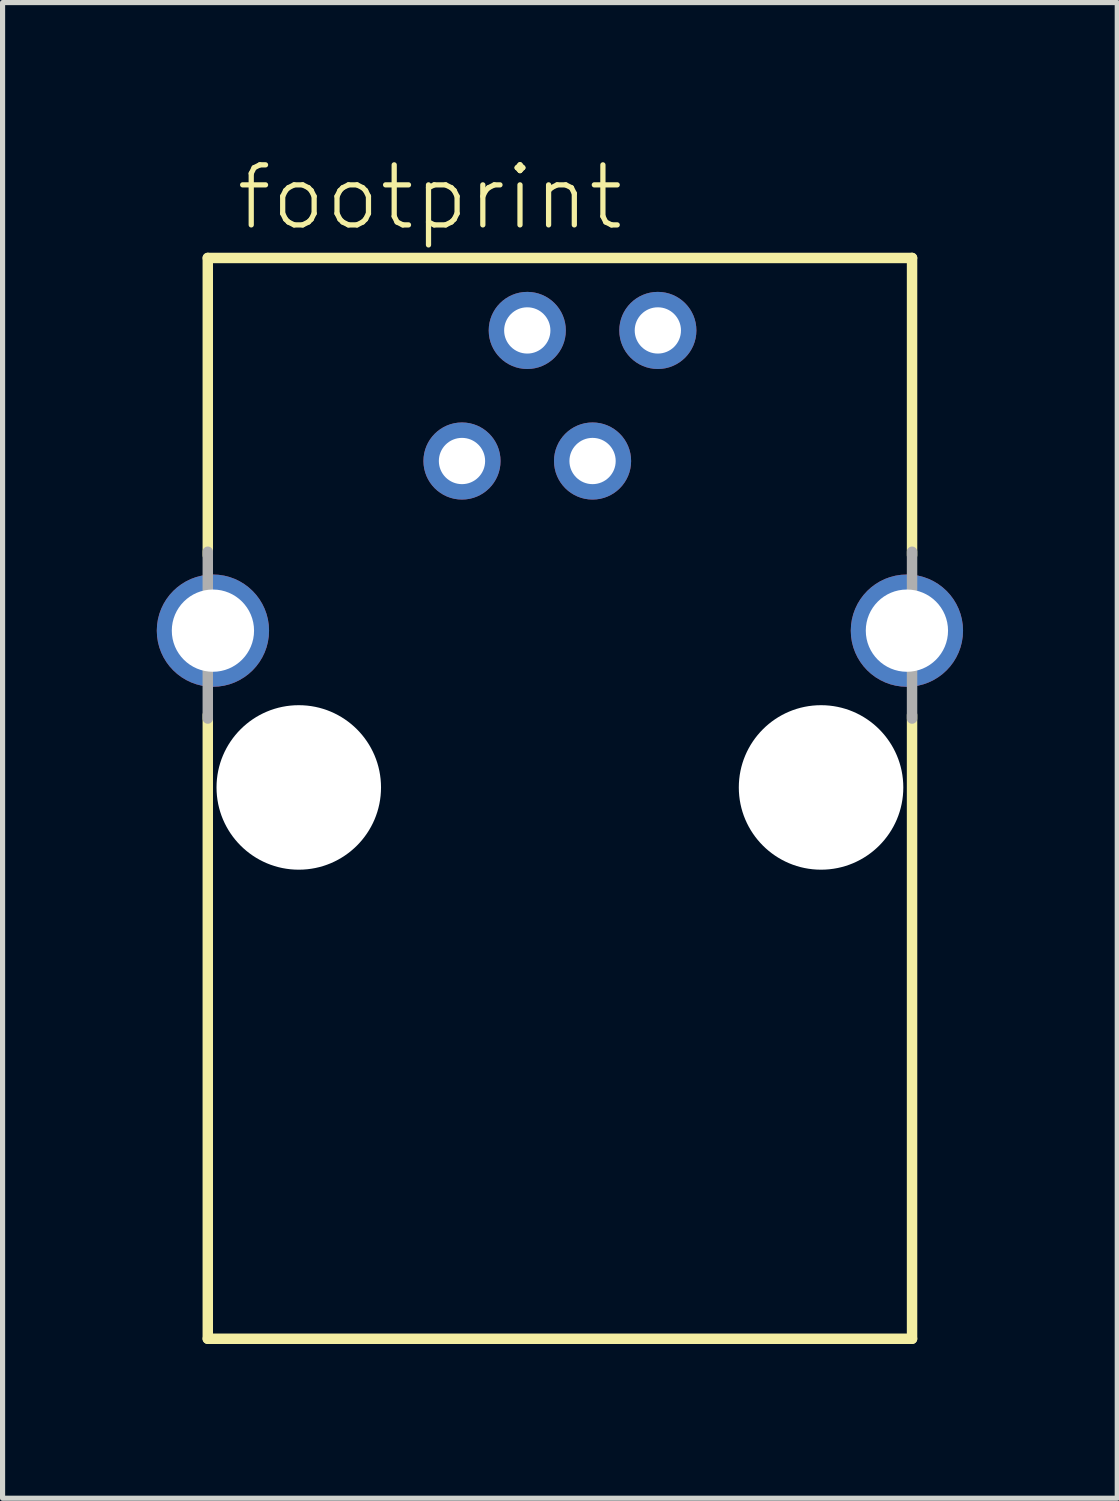
<source format=kicad_pcb>
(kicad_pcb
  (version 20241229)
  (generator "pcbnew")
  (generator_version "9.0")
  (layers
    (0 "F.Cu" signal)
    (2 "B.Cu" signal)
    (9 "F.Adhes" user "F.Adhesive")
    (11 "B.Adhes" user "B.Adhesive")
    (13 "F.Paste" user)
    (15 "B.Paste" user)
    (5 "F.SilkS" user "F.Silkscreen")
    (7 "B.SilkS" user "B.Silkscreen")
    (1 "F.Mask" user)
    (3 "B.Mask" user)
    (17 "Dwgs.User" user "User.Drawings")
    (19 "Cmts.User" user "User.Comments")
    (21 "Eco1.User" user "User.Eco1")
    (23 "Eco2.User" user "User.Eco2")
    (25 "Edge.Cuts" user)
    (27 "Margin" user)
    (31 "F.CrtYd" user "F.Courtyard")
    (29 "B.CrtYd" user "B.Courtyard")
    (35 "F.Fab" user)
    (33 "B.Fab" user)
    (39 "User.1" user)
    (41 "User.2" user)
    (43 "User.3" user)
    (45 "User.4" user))
  (footprint "footprint"
    (layer "F.Cu")
    (at 7.842 12.268)
    (property "Reference" "footprint" (at -6.35 -10.795 0) (layer "F.SilkS") (effects (font (size 1.168 1.168) (thickness 0.102)) (justify left bottom)))
    (fp_line (start -6.85 -10.3) (end 6.85 -10.3) (stroke (width 0.203) (type solid)) (layer "F.SilkS"))
    (fp_line (start -6.85 -4.515) (end -6.85 -10.3) (stroke (width 0.203) (type solid)) (layer "F.SilkS"))
    (fp_line (start -6.85 10.725) (end -6.85 -1.41) (stroke (width 0.203) (type solid)) (layer "F.SilkS"))
    (fp_line (start 6.85 -10.3) (end 6.85 -4.515) (stroke (width 0.203) (type solid)) (layer "F.SilkS"))
    (fp_line (start 6.85 -1.41) (end 6.85 10.725) (stroke (width 0.203) (type solid)) (layer "F.SilkS"))
    (fp_line (start 6.85 10.725) (end -6.85 10.725) (stroke (width 0.203) (type solid)) (layer "F.SilkS"))
    (fp_line (start -6.85 -1.34) (end -6.85 -4.585) (stroke (width 0.203) (type solid)) (layer "F.Fab"))
    (fp_line (start 6.85 -4.585) (end 6.85 -1.34) (stroke (width 0.203) (type solid)) (layer "F.Fab"))
    (pad "" np_thru_hole circle (at -5.08 0) (size 3.2 3.2) (drill 3.2) (layers "*.Cu" "*.Mask"))
    (pad "" np_thru_hole circle (at 5.08 0) (size 3.2 3.2) (drill 3.2) (layers "*.Cu" "*.Mask"))
    (pad "1" thru_hole circle (at -1.905 -6.35) (size 1.5 1.5) (drill 0.9) (layers "*.Cu" "*.Mask"))
    (pad "2" thru_hole circle (at -0.635 -8.89) (size 1.5 1.5) (drill 0.9) (layers "*.Cu" "*.Mask"))
    (pad "3" thru_hole circle (at 0.635 -6.35) (size 1.5 1.5) (drill 0.9) (layers "*.Cu" "*.Mask"))
    (pad "4" thru_hole circle (at 1.905 -8.89) (size 1.5 1.5) (drill 0.9) (layers "*.Cu" "*.Mask"))
    (pad "S1" thru_hole circle (at -6.75 -3.05) (size 2.184 2.184) (drill 1.6) (layers "*.Cu" "*.Mask"))
    (pad "S2" thru_hole circle (at 6.75 -3.05) (size 2.184 2.184) (drill 1.6) (layers "*.Cu" "*.Mask")))
  (gr_rect
    (start -3 -3)
    (end 18.684 26.095)
    (stroke (width 0.1) (type default))
    (fill no)
    (layer "Edge.Cuts")))
</source>
